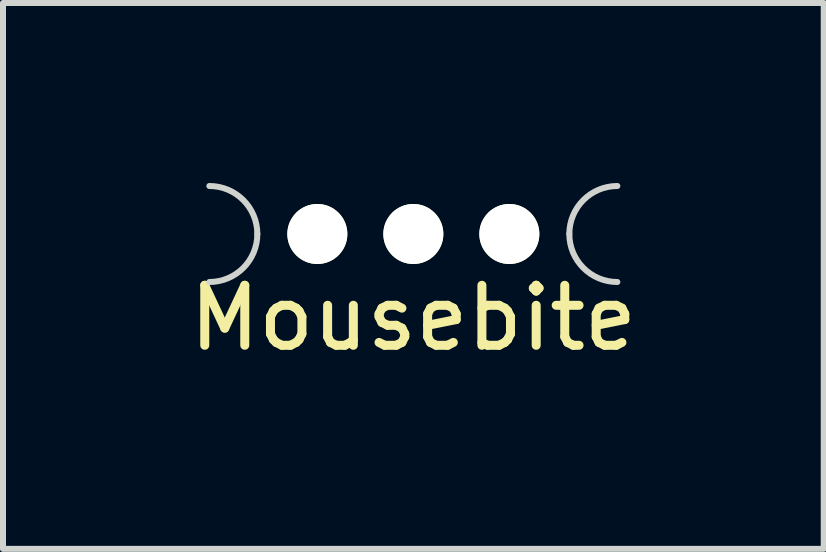
<source format=kicad_pcb>
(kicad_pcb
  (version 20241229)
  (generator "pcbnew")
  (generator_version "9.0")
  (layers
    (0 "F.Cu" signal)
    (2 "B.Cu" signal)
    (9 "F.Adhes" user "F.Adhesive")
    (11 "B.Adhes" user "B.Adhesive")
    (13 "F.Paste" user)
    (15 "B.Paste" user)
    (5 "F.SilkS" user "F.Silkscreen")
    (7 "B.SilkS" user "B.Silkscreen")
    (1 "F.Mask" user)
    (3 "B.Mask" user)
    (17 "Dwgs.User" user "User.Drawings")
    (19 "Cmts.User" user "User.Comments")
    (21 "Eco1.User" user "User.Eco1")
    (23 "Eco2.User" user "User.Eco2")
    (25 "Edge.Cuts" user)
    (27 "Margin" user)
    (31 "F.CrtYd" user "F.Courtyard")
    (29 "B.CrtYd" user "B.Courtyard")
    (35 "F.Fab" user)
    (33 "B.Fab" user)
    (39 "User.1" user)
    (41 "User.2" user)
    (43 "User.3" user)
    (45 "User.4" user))
  (footprint "Mousebite"
    (layer "F.Cu")
    (at 3.839 0.85)
    (property "Reference" "Mousebite" (at 0 1.4 0) (layer "F.SilkS") (effects (font (size 1 1) (thickness 0.15))))
    (attr through_hole)
    (fp_arc (start -3.4 -0.8) (mid -2.834315 -0.565685) (end -2.6 0) (stroke (width 0.1) (type solid)) (layer "Edge.Cuts"))
    (fp_arc (start -2.6 0) (mid -2.834315 0.565685) (end -3.4 0.8) (stroke (width 0.1) (type solid)) (layer "Edge.Cuts"))
    (fp_arc (start 2.6 0) (mid 2.834315 -0.565685) (end 3.4 -0.8) (stroke (width 0.1) (type solid)) (layer "Edge.Cuts"))
    (fp_arc (start 3.4 0.8) (mid 2.834315 0.565685) (end 2.6 0) (stroke (width 0.1) (type solid)) (layer "Edge.Cuts"))
    (pad "" np_thru_hole circle (at -1.6 0) (size 1 1) (drill 1) (layers "*.Cu" "*.Mask" "F.SilkS"))
    (pad "" np_thru_hole circle (at 0 0) (size 1 1) (drill 1) (layers "*.Cu" "*.Mask" "F.SilkS"))
    (pad "" np_thru_hole circle (at 1.6 0) (size 1 1) (drill 1) (layers "*.Cu" "*.Mask" "F.SilkS")))
  (gr_rect
    (start -3 -3)
    (end 10.679 6.098)
    (stroke (width 0.1) (type default))
    (fill no)
    (layer "Edge.Cuts")))
</source>
